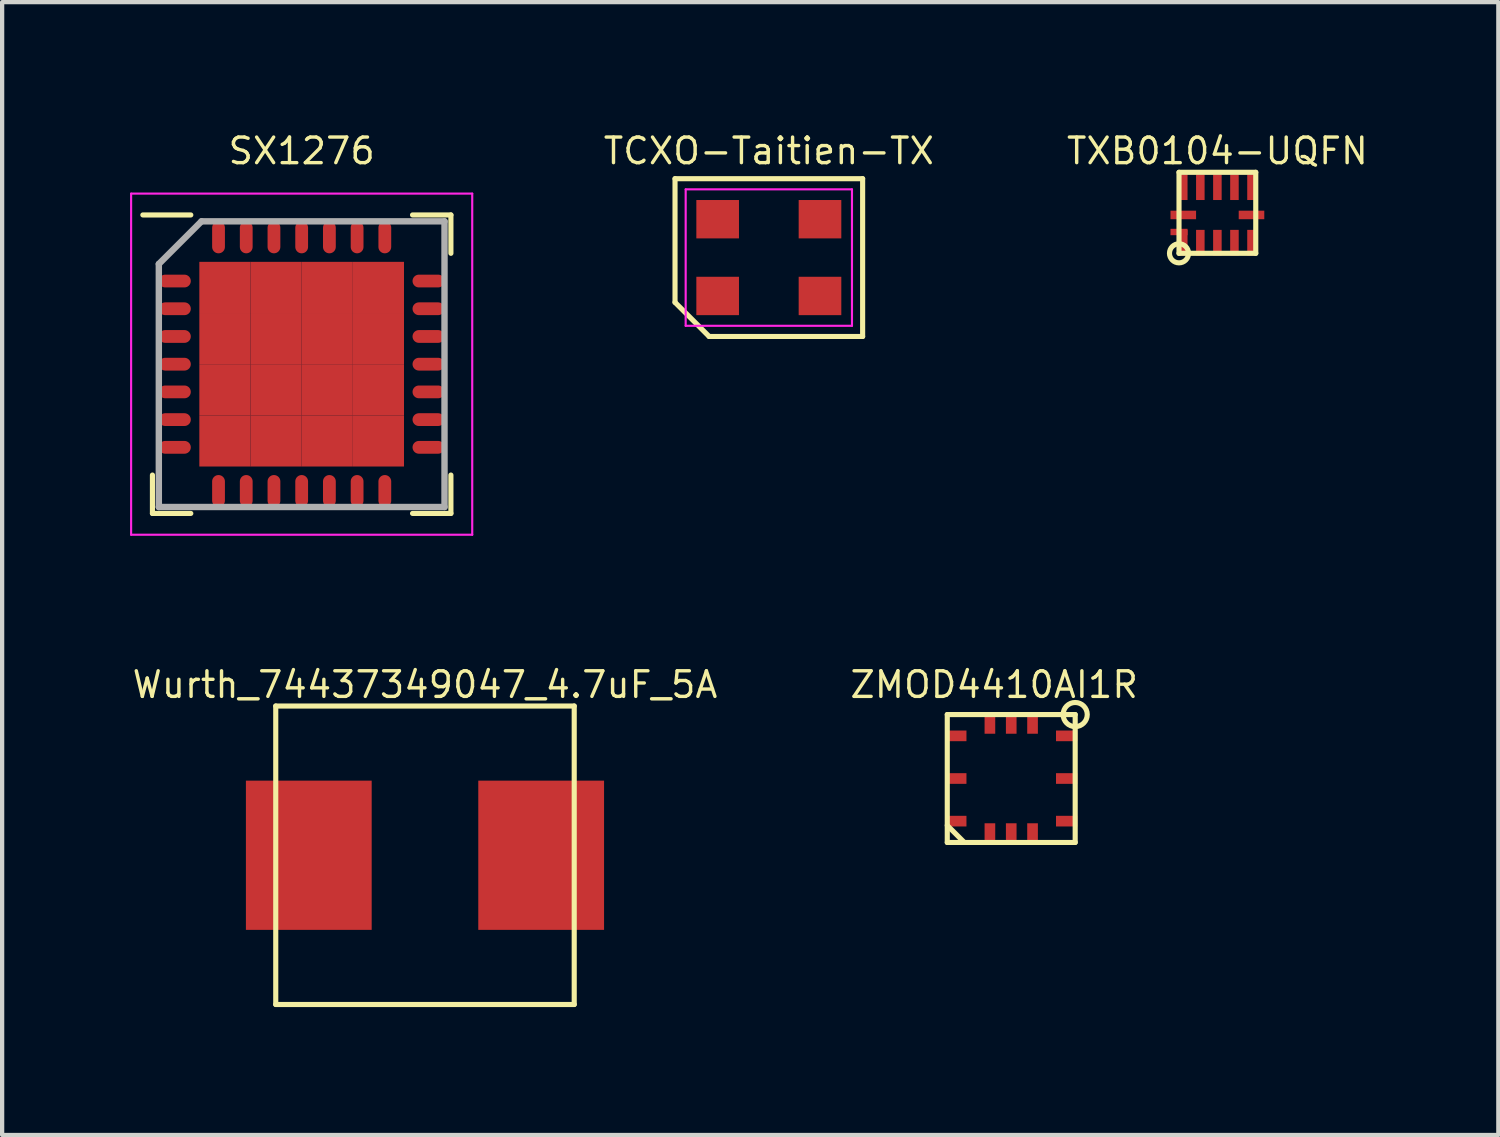
<source format=kicad_pcb>
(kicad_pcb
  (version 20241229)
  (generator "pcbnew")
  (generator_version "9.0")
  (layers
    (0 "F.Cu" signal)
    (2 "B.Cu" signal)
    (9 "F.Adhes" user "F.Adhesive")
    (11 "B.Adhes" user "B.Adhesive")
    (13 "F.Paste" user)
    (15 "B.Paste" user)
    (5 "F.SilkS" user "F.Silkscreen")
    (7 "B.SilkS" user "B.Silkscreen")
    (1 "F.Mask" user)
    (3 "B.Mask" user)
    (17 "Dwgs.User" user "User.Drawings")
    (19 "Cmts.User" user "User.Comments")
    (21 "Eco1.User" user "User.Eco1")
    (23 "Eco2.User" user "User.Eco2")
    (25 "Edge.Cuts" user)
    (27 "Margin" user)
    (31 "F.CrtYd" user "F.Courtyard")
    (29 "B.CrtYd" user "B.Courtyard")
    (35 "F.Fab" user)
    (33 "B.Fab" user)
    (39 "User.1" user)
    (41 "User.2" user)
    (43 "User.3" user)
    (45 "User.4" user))
  (footprint "SX1276"
    (layer "F.Cu")
    (at 4.025 5.491)
    (property "Reference" "SX1276" (at 0 -5 0) (layer "F.SilkS") (effects (font (size 0.6 0.6) (thickness 0.08))))
    (attr smd)
    (fp_line (start -3.5 3.5) (end -3.5 2.6) (stroke (width 0.12) (type solid)) (layer "F.SilkS"))
    (fp_line (start -2.6 -3.5) (end -3.725 -3.5) (stroke (width 0.12) (type solid)) (layer "F.SilkS"))
    (fp_line (start -2.6 3.5) (end -3.5 3.5) (stroke (width 0.12) (type solid)) (layer "F.SilkS"))
    (fp_line (start 2.6 -3.5) (end 3.5 -3.5) (stroke (width 0.12) (type solid)) (layer "F.SilkS"))
    (fp_line (start 2.6 3.5) (end 3.5 3.5) (stroke (width 0.12) (type solid)) (layer "F.SilkS"))
    (fp_line (start 3.5 -3.5) (end 3.5 -2.6) (stroke (width 0.12) (type solid)) (layer "F.SilkS"))
    (fp_line (start 3.5 3.5) (end 3.5 2.6) (stroke (width 0.12) (type solid)) (layer "F.SilkS"))
    (fp_line (start -4 -4) (end 4 -4) (stroke (width 0.05) (type solid)) (layer "F.CrtYd"))
    (fp_line (start -4 4) (end -4 -4) (stroke (width 0.05) (type solid)) (layer "F.CrtYd"))
    (fp_line (start 4 -4) (end 4 4) (stroke (width 0.05) (type solid)) (layer "F.CrtYd"))
    (fp_line (start 4 4) (end -4 4) (stroke (width 0.05) (type solid)) (layer "F.CrtYd"))
    (fp_line (start -3.35 -2.35) (end -3.35 3.35) (stroke (width 0.15) (type solid)) (layer "F.Fab"))
    (fp_line (start -3.35 3.35) (end 3.35 3.35) (stroke (width 0.15) (type solid)) (layer "F.Fab"))
    (fp_line (start -2.35 -3.35) (end -3.35 -2.35) (stroke (width 0.15) (type solid)) (layer "F.Fab"))
    (fp_line (start 3.35 -3.35) (end -2.35 -3.35) (stroke (width 0.15) (type solid)) (layer "F.Fab"))
    (fp_line (start 3.35 3.35) (end 3.35 -3.35) (stroke (width 0.15) (type solid)) (layer "F.Fab"))
    (pad "1" smd oval (at -2.975 -1.95 90) (size 0.3 0.75) (layers "F.Cu" "F.Mask" "F.Paste"))
    (pad "2" smd oval (at -2.975 -1.3 90) (size 0.3 0.75) (layers "F.Cu" "F.Mask" "F.Paste"))
    (pad "3" smd oval (at -2.975 -0.65 90) (size 0.3 0.75) (layers "F.Cu" "F.Mask" "F.Paste"))
    (pad "4" smd oval (at -2.975 0 90) (size 0.3 0.75) (layers "F.Cu" "F.Mask" "F.Paste"))
    (pad "5" smd oval (at -2.975 0.65 90) (size 0.3 0.75) (layers "F.Cu" "F.Mask" "F.Paste"))
    (pad "6" smd oval (at -2.975 1.3 90) (size 0.3 0.75) (layers "F.Cu" "F.Mask" "F.Paste"))
    (pad "7" smd oval (at -2.975 1.95 90) (size 0.3 0.75) (layers "F.Cu" "F.Mask" "F.Paste"))
    (pad "8" smd oval (at -1.95 2.975) (size 0.3 0.75) (layers "F.Cu" "F.Mask" "F.Paste"))
    (pad "9" smd oval (at -1.3 2.975) (size 0.3 0.75) (layers "F.Cu" "F.Mask" "F.Paste"))
    (pad "10" smd oval (at -0.65 2.975) (size 0.3 0.75) (layers "F.Cu" "F.Mask" "F.Paste"))
    (pad "11" smd oval (at 0 2.975) (size 0.3 0.75) (layers "F.Cu" "F.Mask" "F.Paste"))
    (pad "12" smd oval (at 0.65 2.975) (size 0.3 0.75) (layers "F.Cu" "F.Mask" "F.Paste"))
    (pad "13" smd oval (at 1.3 2.975) (size 0.3 0.75) (layers "F.Cu" "F.Mask" "F.Paste"))
    (pad "14" smd oval (at 1.95 2.975) (size 0.3 0.75) (layers "F.Cu" "F.Mask" "F.Paste"))
    (pad "15" smd oval (at 2.975 1.95 90) (size 0.3 0.75) (layers "F.Cu" "F.Mask" "F.Paste"))
    (pad "16" smd oval (at 2.975 1.3 90) (size 0.3 0.75) (layers "F.Cu" "F.Mask" "F.Paste"))
    (pad "17" smd oval (at 2.975 0.65 90) (size 0.3 0.75) (layers "F.Cu" "F.Mask" "F.Paste"))
    (pad "18" smd oval (at 2.975 0 90) (size 0.3 0.75) (layers "F.Cu" "F.Mask" "F.Paste"))
    (pad "19" smd oval (at 2.975 -0.65 90) (size 0.3 0.75) (layers "F.Cu" "F.Mask" "F.Paste"))
    (pad "20" smd oval (at 2.975 -1.3 90) (size 0.3 0.75) (layers "F.Cu" "F.Mask" "F.Paste"))
    (pad "21" smd oval (at 2.975 -1.95 90) (size 0.3 0.75) (layers "F.Cu" "F.Mask" "F.Paste"))
    (pad "22" smd oval (at 1.95 -2.975) (size 0.3 0.75) (layers "F.Cu" "F.Mask" "F.Paste"))
    (pad "23" smd oval (at 1.3 -2.975) (size 0.3 0.75) (layers "F.Cu" "F.Mask" "F.Paste"))
    (pad "24" smd oval (at 0.65 -2.975) (size 0.3 0.75) (layers "F.Cu" "F.Mask" "F.Paste"))
    (pad "25" smd oval (at 0 -2.975) (size 0.3 0.75) (layers "F.Cu" "F.Mask" "F.Paste"))
    (pad "26" smd oval (at -0.65 -2.975) (size 0.3 0.75) (layers "F.Cu" "F.Mask" "F.Paste"))
    (pad "27" smd oval (at -1.3 -2.975) (size 0.3 0.75) (layers "F.Cu" "F.Mask" "F.Paste"))
    (pad "28" smd oval (at -1.95 -2.975) (size 0.3 0.75) (layers "F.Cu" "F.Mask" "F.Paste"))
    (pad "29" smd rect (at -1.8 -1.8) (size 1.2 1.2) (layers "F.Cu" "F.Mask" "F.Paste"))
    (pad "29" smd rect (at -1.8 -0.6) (size 1.2 1.2) (layers "F.Cu" "F.Mask" "F.Paste"))
    (pad "29" smd rect (at -1.8 0.6) (size 1.2 1.2) (layers "F.Cu" "F.Mask" "F.Paste"))
    (pad "29" smd rect (at -1.8 1.8) (size 1.2 1.2) (layers "F.Cu" "F.Mask" "F.Paste"))
    (pad "29" smd rect (at -0.6 -1.8) (size 1.2 1.2) (layers "F.Cu" "F.Mask" "F.Paste"))
    (pad "29" smd rect (at -0.6 -0.6) (size 1.2 1.2) (layers "F.Cu" "F.Mask" "F.Paste"))
    (pad "29" smd rect (at -0.6 0.6) (size 1.2 1.2) (layers "F.Cu" "F.Mask" "F.Paste"))
    (pad "29" smd rect (at -0.6 1.8) (size 1.2 1.2) (layers "F.Cu" "F.Mask" "F.Paste"))
    (pad "29" smd rect (at 0.6 -1.8) (size 1.2 1.2) (layers "F.Cu" "F.Mask" "F.Paste"))
    (pad "29" smd rect (at 0.6 -0.6) (size 1.2 1.2) (layers "F.Cu" "F.Mask" "F.Paste"))
    (pad "29" smd rect (at 0.6 0.6) (size 1.2 1.2) (layers "F.Cu" "F.Mask" "F.Paste"))
    (pad "29" smd rect (at 0.6 1.8) (size 1.2 1.2) (layers "F.Cu" "F.Mask" "F.Paste"))
    (pad "29" smd rect (at 1.8 -1.8) (size 1.2 1.2) (layers "F.Cu" "F.Mask" "F.Paste"))
    (pad "29" smd rect (at 1.8 -0.6) (size 1.2 1.2) (layers "F.Cu" "F.Mask" "F.Paste"))
    (pad "29" smd rect (at 1.8 0.6) (size 1.2 1.2) (layers "F.Cu" "F.Mask" "F.Paste"))
    (pad "29" smd rect (at 1.8 1.8) (size 1.2 1.2) (layers "F.Cu" "F.Mask" "F.Paste")))
  (footprint "ZMOD4410AI1R"
    (layer "F.Cu")
    (at 20.666 15.208)
    (property "Reference" "ZMOD4410AI1R" (at -0.4 -2.2 0) (layer "F.SilkS") (effects (font (size 0.6 0.6) (thickness 0.08))))
    (attr through_hole)
    (fp_line (start -1.5 -1.5) (end -1.5 1.5) (stroke (width 0.12) (type solid)) (layer "F.SilkS"))
    (fp_line (start -1.5 -1.5) (end 1.5 -1.5) (stroke (width 0.12) (type solid)) (layer "F.SilkS"))
    (fp_line (start -1.5 1.1) (end -1.1 1.5) (stroke (width 0.12) (type solid)) (layer "F.SilkS"))
    (fp_line (start 1.5 -1.5) (end 1.5 1.5) (stroke (width 0.12) (type solid)) (layer "F.SilkS"))
    (fp_line (start 1.5 1.5) (end -1.5 1.5) (stroke (width 0.12) (type solid)) (layer "F.SilkS"))
    (fp_circle (center 1.5 -1.5) (end 1.7 -1.3) (stroke (width 0.12) (type solid)) (fill no) (layer "F.SilkS"))
    (pad "1" smd rect (at -0.5 1.3) (size 0.25 0.5) (layers "F.Cu" "F.Mask" "F.Paste"))
    (pad "2" smd rect (at 0 1.3) (size 0.25 0.5) (layers "F.Cu" "F.Mask" "F.Paste"))
    (pad "3" smd rect (at 0.5 1.3) (size 0.25 0.5) (layers "F.Cu" "F.Mask" "F.Paste"))
    (pad "4" smd rect (at 1.3 1) (size 0.5 0.25) (layers "F.Cu" "F.Mask" "F.Paste"))
    (pad "5" smd rect (at 1.3 0) (size 0.5 0.25) (layers "F.Cu" "F.Mask" "F.Paste"))
    (pad "6" smd rect (at 1.3 -1) (size 0.5 0.25) (layers "F.Cu" "F.Mask" "F.Paste"))
    (pad "7" smd rect (at 0.5 -1.3) (size 0.25 0.5) (layers "F.Cu" "F.Mask" "F.Paste"))
    (pad "8" smd rect (at 0 -1.3) (size 0.25 0.5) (layers "F.Cu" "F.Mask" "F.Paste"))
    (pad "9" smd rect (at -0.5 -1.3) (size 0.25 0.5) (layers "F.Cu" "F.Mask" "F.Paste"))
    (pad "10" smd rect (at -1.3 -1) (size 0.5 0.25) (layers "F.Cu" "F.Mask" "F.Paste"))
    (pad "11" smd rect (at -1.3 0) (size 0.5 0.25) (layers "F.Cu" "F.Mask" "F.Paste"))
    (pad "12" smd rect (at -1.3 1) (size 0.5 0.25) (layers "F.Cu" "F.Mask" "F.Paste")))
  (footprint "TXB0104-UQFN"
    (layer "F.Cu")
    (at 25.501 1.991)
    (property "Reference" "TXB0104-UQFN" (at 0 -1.5 0) (layer "F.SilkS") (effects (font (size 0.6 0.6) (thickness 0.08))))
    (attr through_hole)
    (fp_line (start -0.9 -1) (end 0.9 -1) (stroke (width 0.12) (type solid)) (layer "F.SilkS"))
    (fp_line (start -0.9 0.9) (end -0.9 -1) (stroke (width 0.12) (type solid)) (layer "F.SilkS"))
    (fp_line (start 0.9 -1) (end 0.9 0.9) (stroke (width 0.12) (type solid)) (layer "F.SilkS"))
    (fp_line (start 0.9 0.9) (end -0.9 0.9) (stroke (width 0.12) (type solid)) (layer "F.SilkS"))
    (fp_circle (center -0.9 0.9) (end -1 1.1) (stroke (width 0.12) (type solid)) (fill no) (layer "F.SilkS"))
    (pad "1" smd rect (at -0.9 0.4 90) (size 0.15 0.4) (layers "F.Cu" "F.Mask" "F.Paste"))
    (pad "1" smd rect (at -0.8 0.65) (size 0.2 0.6) (layers "F.Cu" "F.Mask" "F.Paste"))
    (pad "2" smd rect (at -0.4 0.65) (size 0.2 0.6) (layers "F.Cu" "F.Mask" "F.Paste"))
    (pad "3" smd rect (at 0 0.65) (size 0.2 0.6) (layers "F.Cu" "F.Mask" "F.Paste"))
    (pad "4" smd rect (at 0.4 0.65) (size 0.2 0.6) (layers "F.Cu" "F.Mask" "F.Paste"))
    (pad "5" smd rect (at 0.8 0.65) (size 0.2 0.6) (layers "F.Cu" "F.Mask" "F.Paste"))
    (pad "6" smd rect (at 0.8 0 90) (size 0.2 0.6) (layers "F.Cu" "F.Mask" "F.Paste"))
    (pad "7" smd rect (at 0.8 -0.65) (size 0.2 0.6) (layers "F.Cu" "F.Mask" "F.Paste"))
    (pad "8" smd rect (at 0.4 -0.65) (size 0.2 0.6) (layers "F.Cu" "F.Mask" "F.Paste"))
    (pad "9" smd rect (at 0 -0.65) (size 0.2 0.6) (layers "F.Cu" "F.Mask" "F.Paste"))
    (pad "10" smd rect (at -0.4 -0.65) (size 0.2 0.6) (layers "F.Cu" "F.Mask" "F.Paste"))
    (pad "11" smd rect (at -0.8 -0.65) (size 0.2 0.6) (layers "F.Cu" "F.Mask" "F.Paste"))
    (pad "12" smd rect (at -0.8 0 90) (size 0.2 0.6) (layers "F.Cu" "F.Mask" "F.Paste")))
  (footprint "TCXO-Taitien-TX"
    (layer "F.Cu")
    (at 14.981 2.991)
    (property "Reference" "TCXO-Taitien-TX" (at 0 -2.5 180) (layer "F.SilkS") (effects (font (size 0.6 0.6) (thickness 0.08))))
    (attr smd)
    (fp_line (start -2.2 -1.85) (end 2.2 -1.85) (stroke (width 0.12) (type solid)) (layer "F.SilkS"))
    (fp_line (start -2.2 1.05) (end -2.2 -1.85) (stroke (width 0.12) (type solid)) (layer "F.SilkS"))
    (fp_line (start -1.4 1.85) (end -2.2 1.05) (stroke (width 0.12) (type solid)) (layer "F.SilkS"))
    (fp_line (start 2.2 -1.85) (end 2.2 1.85) (stroke (width 0.12) (type solid)) (layer "F.SilkS"))
    (fp_line (start 2.2 1.85) (end -1.4 1.85) (stroke (width 0.12) (type solid)) (layer "F.SilkS"))
    (fp_line (start -1.95 -1.6) (end 1.95 -1.6) (stroke (width 0.05) (type solid)) (layer "F.CrtYd"))
    (fp_line (start -1.95 1.6) (end -1.95 -1.6) (stroke (width 0.05) (type solid)) (layer "F.CrtYd"))
    (fp_line (start 1.95 -1.6) (end 1.95 1.6) (stroke (width 0.05) (type solid)) (layer "F.CrtYd"))
    (fp_line (start 1.95 1.6) (end -1.95 1.6) (stroke (width 0.05) (type solid)) (layer "F.CrtYd"))
    (pad "1" smd rect (at -1.2 0.9) (size 1 0.9) (layers "F.Cu" "F.Mask" "F.Paste"))
    (pad "2" smd rect (at 1.2 0.9) (size 1 0.9) (layers "F.Cu" "F.Mask" "F.Paste"))
    (pad "3" smd rect (at 1.2 -0.9) (size 1 0.9) (layers "F.Cu" "F.Mask" "F.Paste"))
    (pad "4" smd rect (at -1.2 -0.9) (size 1 0.9) (layers "F.Cu" "F.Mask" "F.Paste")))
  (footprint "Wurth_74437349047_4.7uF_5A"
    (layer "F.Cu")
    (at 6.917 17.008)
    (property "Reference" "Wurth_74437349047_4.7uF_5A" (at 0 -4 0) (layer "F.SilkS") (effects (font (size 0.6 0.6) (thickness 0.08))))
    (attr through_hole)
    (fp_line (start -3.5 -3.5) (end 3.5 -3.5) (stroke (width 0.12) (type solid)) (layer "F.SilkS"))
    (fp_line (start -3.5 3.5) (end -3.5 -3.5) (stroke (width 0.12) (type solid)) (layer "F.SilkS"))
    (fp_line (start 3.5 -3.5) (end 3.5 3.5) (stroke (width 0.12) (type solid)) (layer "F.SilkS"))
    (fp_line (start 3.5 3.5) (end -3.5 3.5) (stroke (width 0.12) (type solid)) (layer "F.SilkS"))
    (pad "1" smd rect (at 2.725 0) (size 2.95 3.5) (layers "F.Cu" "F.Mask" "F.Paste"))
    (pad "2" smd rect (at -2.725 0) (size 2.95 3.5) (layers "F.Cu" "F.Mask" "F.Paste")))
  (gr_rect
    (start -3 -3)
    (end 32.09 23.568)
    (stroke (width 0.1) (type default))
    (fill no)
    (layer "Edge.Cuts")))
</source>
